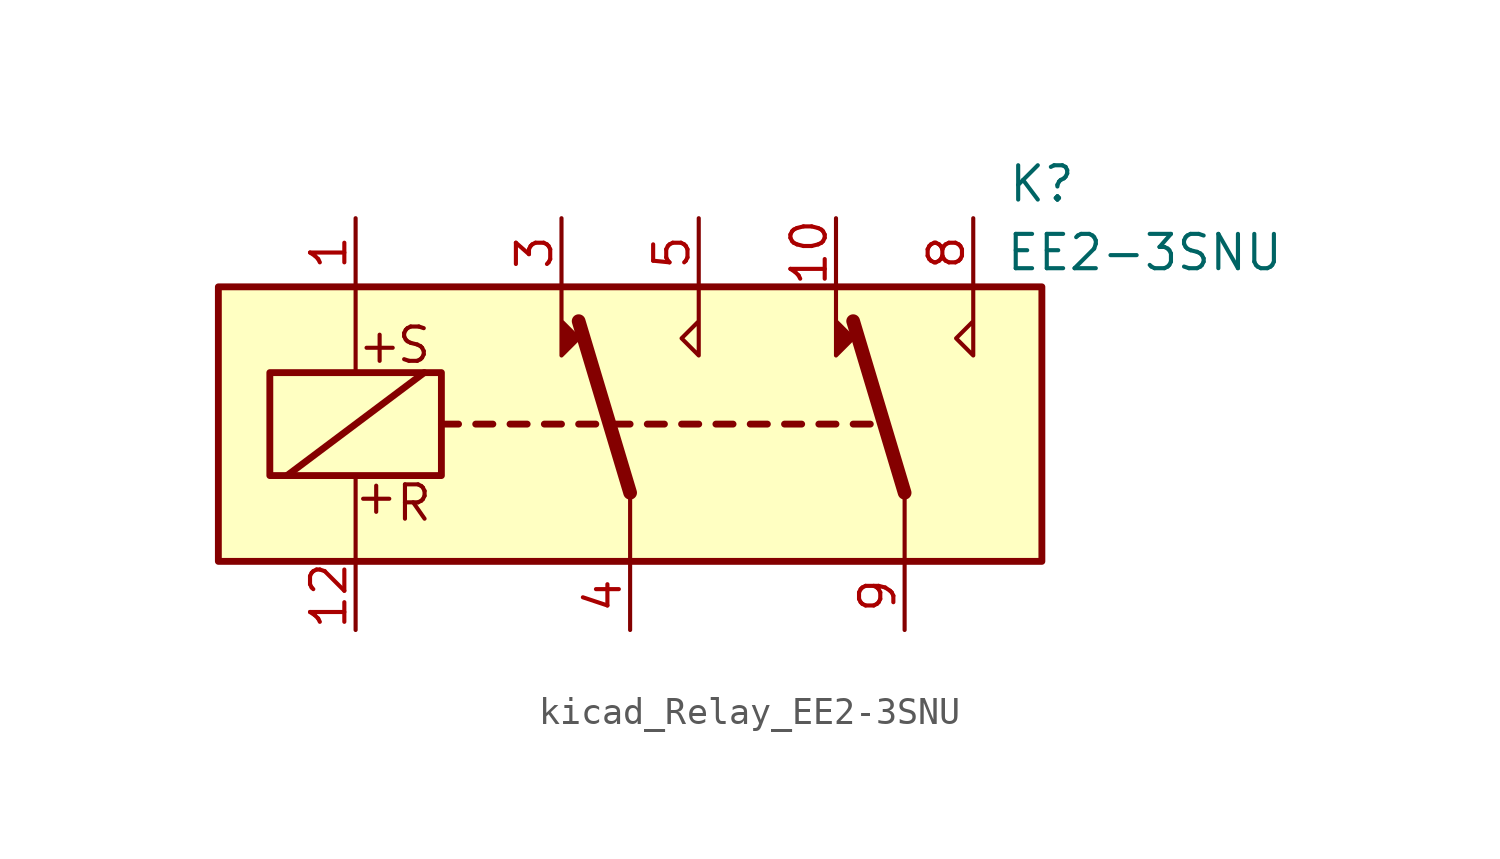
<source format=kicad_sym>
(kicad_symbol_lib
  (version 20220914)
  (generator kicad_symbol_editor)
  (symbol "kicad_Relay_EE2-3SNU"
    (property "Reference" "K"
      (at 15.24 8.89 0)
      (effects (font (size 1.27 1.27))))
    (property "Value" "EE2-3SNU"
      (at 19.05 6.35 0)
      (effects (font (size 1.27 1.27))))
    (symbol "kicad_Relay_EE2-3SNU_1_1"
      (rectangle (start -15.24 5.08) (end 15.24 -5.08) (stroke (width 0.254) (type default)) (fill (type background)))
      (rectangle (start -13.335 1.905) (end -6.985 -1.905) (stroke (width 0.254) (type default)) (fill (type none)))
      (polyline (pts (xy -12.7 -1.905) (xy -7.62 1.905)) (stroke (width 0.254) (type default)) (fill (type none)))
      (polyline (pts (xy -10.16 -5.08) (xy -10.16 -1.905)) (stroke (width 0) (type default)) (fill (type none)))
      (polyline (pts (xy -10.16 5.08) (xy -10.16 1.905)) (stroke (width 0) (type default)) (fill (type none)))
      (polyline (pts (xy -6.985 0) (xy -6.35 0)) (stroke (width 0.254) (type default)) (fill (type none)))
      (polyline (pts (xy -5.715 0) (xy -5.08 0)) (stroke (width 0.254) (type default)) (fill (type none)))
      (polyline (pts (xy -4.445 0) (xy -3.81 0)) (stroke (width 0.254) (type default)) (fill (type none)))
      (polyline (pts (xy -3.175 0) (xy -2.54 0)) (stroke (width 0.254) (type default)) (fill (type none)))
      (polyline (pts (xy -1.905 0) (xy -1.27 0)) (stroke (width 0.254) (type default)) (fill (type none)))
      (polyline (pts (xy -0.635 0) (xy 0 0)) (stroke (width 0.254) (type default)) (fill (type none)))
      (polyline (pts (xy 0 -2.54) (xy -1.905 3.81)) (stroke (width 0.508) (type default)) (fill (type none)))
      (polyline (pts (xy 0 -2.54) (xy 0 -5.08)) (stroke (width 0) (type default)) (fill (type none)))
      (polyline (pts (xy 0.635 0) (xy 1.27 0)) (stroke (width 0.254) (type default)) (fill (type none)))
      (polyline (pts (xy 1.905 0) (xy 2.54 0)) (stroke (width 0.254) (type default)) (fill (type none)))
      (polyline (pts (xy 3.175 0) (xy 3.81 0)) (stroke (width 0.254) (type default)) (fill (type none)))
      (polyline (pts (xy 4.445 0) (xy 5.08 0)) (stroke (width 0.254) (type default)) (fill (type none)))
      (polyline (pts (xy 5.715 0) (xy 6.35 0)) (stroke (width 0.254) (type default)) (fill (type none)))
      (polyline (pts (xy 6.985 0) (xy 7.62 0)) (stroke (width 0.254) (type default)) (fill (type none)))
      (polyline (pts (xy 8.255 0) (xy 8.89 0)) (stroke (width 0.254) (type default)) (fill (type none)))
      (polyline (pts (xy 10.16 -2.54) (xy 8.255 3.81)) (stroke (width 0.508) (type default)) (fill (type none)))
      (polyline (pts (xy 10.16 -2.54) (xy 10.16 -5.08)) (stroke (width 0) (type default)) (fill (type none)))
      (polyline (pts (xy -2.54 5.08) (xy -2.54 2.54) (xy -1.905 3.175) (xy -2.54 3.81)) (stroke (width 0) (type default)) (fill (type outline)))
      (polyline (pts (xy 2.54 5.08) (xy 2.54 2.54) (xy 1.905 3.175) (xy 2.54 3.81)) (stroke (width 0) (type default)) (fill (type none)))
      (polyline (pts (xy 7.62 5.08) (xy 7.62 2.54) (xy 8.255 3.175) (xy 7.62 3.81)) (stroke (width 0) (type default)) (fill (type outline)))
      (polyline (pts (xy 12.7 5.08) (xy 12.7 2.54) (xy 12.065 3.175) (xy 12.7 3.81)) (stroke (width 0) (type default)) (fill (type none)))
      (text "+" (at -9.398 -2.667 0) (effects (font (size 1.27 1.27))))
      (text "+" (at -9.271 2.921 0) (effects (font (size 1.27 1.27))))
      (text "R" (at -8.001 -2.921 0) (effects (font (size 1.27 1.27))))
      (text "S" (at -8.001 2.921 0) (effects (font (size 1.27 1.27))))
      (pin passive line (at -10.16 7.62 270) (length 2.54) (name "~" (effects (font (size 1.27 1.27)))) (number "1" (effects (font (size 1.27 1.27)))))
      (pin passive line (at 7.62 7.62 270) (length 2.54) (name "~" (effects (font (size 1.27 1.27)))) (number "10" (effects (font (size 1.27 1.27)))))
      (pin passive line (at -10.16 -7.62 90) (length 2.54) (name "~" (effects (font (size 1.27 1.27)))) (number "12" (effects (font (size 1.27 1.27)))))
      (pin passive line (at -2.54 7.62 270) (length 2.54) (name "~" (effects (font (size 1.27 1.27)))) (number "3" (effects (font (size 1.27 1.27)))))
      (pin passive line (at 0 -7.62 90) (length 2.54) (name "~" (effects (font (size 1.27 1.27)))) (number "4" (effects (font (size 1.27 1.27)))))
      (pin passive line (at 2.54 7.62 270) (length 2.54) (name "~" (effects (font (size 1.27 1.27)))) (number "5" (effects (font (size 1.27 1.27)))))
      (pin passive line (at 12.7 7.62 270) (length 2.54) (name "~" (effects (font (size 1.27 1.27)))) (number "8" (effects (font (size 1.27 1.27)))))
      (pin passive line (at 10.16 -7.62 90) (length 2.54) (name "~" (effects (font (size 1.27 1.27)))) (number "9" (effects (font (size 1.27 1.27))))))))
</source>
